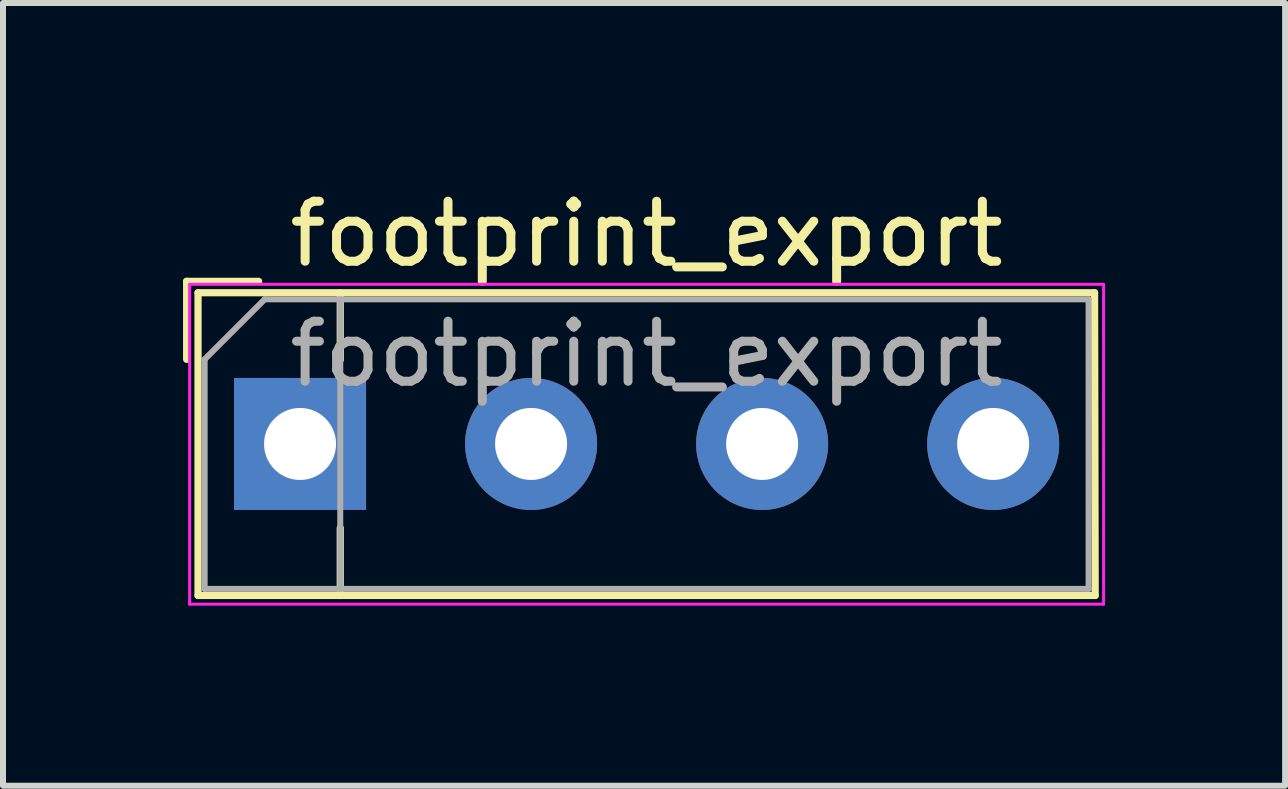
<source format=kicad_pcb>
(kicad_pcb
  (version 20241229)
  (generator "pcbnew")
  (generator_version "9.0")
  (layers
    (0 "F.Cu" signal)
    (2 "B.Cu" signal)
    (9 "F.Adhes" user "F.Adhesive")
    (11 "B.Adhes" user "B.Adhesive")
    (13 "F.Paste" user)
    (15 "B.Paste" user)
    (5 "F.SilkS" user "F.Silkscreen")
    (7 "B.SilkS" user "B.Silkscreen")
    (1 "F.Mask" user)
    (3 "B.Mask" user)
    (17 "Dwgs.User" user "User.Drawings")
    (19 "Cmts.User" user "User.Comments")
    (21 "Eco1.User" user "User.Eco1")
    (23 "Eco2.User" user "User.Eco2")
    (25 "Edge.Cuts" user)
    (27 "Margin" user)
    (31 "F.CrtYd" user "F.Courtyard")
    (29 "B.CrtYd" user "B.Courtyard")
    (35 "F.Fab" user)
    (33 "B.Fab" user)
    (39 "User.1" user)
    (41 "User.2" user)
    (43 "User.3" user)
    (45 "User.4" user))
  (footprint "footprint_export"
    (layer "F.Cu")
    (at 1.95 4.348)
    (property "Reference" "footprint_export" (at 5.775 -3.5 0) (layer "F.SilkS") (effects (font (size 1 1) (thickness 0.15))))
    (attr through_hole)
    (fp_line (start -1.89 -2.71) (end -0.69 -2.71) (stroke (width 0.12) (type solid)) (layer "F.SilkS"))
    (fp_line (start -1.89 -1.41) (end -1.89 -2.71) (stroke (width 0.12) (type solid)) (layer "F.SilkS"))
    (fp_line (start -1.7 -2.52) (end -1.7 2.525) (stroke (width 0.12) (type solid)) (layer "F.SilkS"))
    (fp_line (start -1.7 2.525) (end 13.25 2.525) (stroke (width 0.12) (type solid)) (layer "F.SilkS"))
    (fp_line (start 0.67 -1.4) (end 0.67 -2.52) (stroke (width 0.12) (type solid)) (layer "F.SilkS"))
    (fp_line (start 0.67 1.4) (end 0.67 2.525) (stroke (width 0.12) (type solid)) (layer "F.SilkS"))
    (fp_line (start 13.24 -2.52) (end -1.7 -2.52) (stroke (width 0.12) (type solid)) (layer "F.SilkS"))
    (fp_line (start 13.25 2.525) (end 13.24 -2.52) (stroke (width 0.12) (type solid)) (layer "F.SilkS"))
    (fp_line (start -1.84 -2.66) (end -1.84 2.67) (stroke (width 0.05) (type solid)) (layer "F.CrtYd"))
    (fp_line (start -1.84 -2.66) (end 13.39 -2.66) (stroke (width 0.05) (type solid)) (layer "F.CrtYd"))
    (fp_line (start 13.39 2.67) (end -1.84 2.67) (stroke (width 0.05) (type solid)) (layer "F.CrtYd"))
    (fp_line (start 13.39 2.67) (end 13.39 -2.66) (stroke (width 0.05) (type solid)) (layer "F.CrtYd"))
    (fp_line (start -1.59 -1.41) (end -1.59 2.415) (stroke (width 0.1) (type solid)) (layer "F.Fab"))
    (fp_line (start -1.59 2.415) (end 13.14 2.415) (stroke (width 0.1) (type solid)) (layer "F.Fab"))
    (fp_line (start -0.59 -2.41) (end -1.59 -1.41) (stroke (width 0.1) (type solid)) (layer "F.Fab"))
    (fp_line (start 0.67 -2.41) (end 0.67 2.415) (stroke (width 0.1) (type solid)) (layer "F.Fab"))
    (fp_line (start 13.14 -2.41) (end -0.59 -2.41) (stroke (width 0.1) (type solid)) (layer "F.Fab"))
    (fp_line (start 13.14 2.415) (end 13.14 -2.41) (stroke (width 0.1) (type solid)) (layer "F.Fab"))
    (fp_text user "${REFERENCE}" (at 5.775 -1.5 0) (layer "F.Fab") (effects (font (size 1 1) (thickness 0.15))))
    (pad "1" thru_hole rect (at 0 0) (size 2.2 2.2) (drill 1.2) (layers "*.Cu" "*.Mask"))
    (pad "2" thru_hole circle (at 3.85 0) (size 2.2 2.2) (drill 1.2) (layers "*.Cu" "*.Mask"))
    (pad "3" thru_hole circle (at 7.7 0) (size 2.2 2.2) (drill 1.2) (layers "*.Cu" "*.Mask"))
    (pad "4" thru_hole circle (at 11.55 0) (size 2.2 2.2) (drill 1.2) (layers "*.Cu" "*.Mask")))
  (gr_rect
    (start -3 -3)
    (end 18.365 10.043)
    (stroke (width 0.1) (type default))
    (fill no)
    (layer "Edge.Cuts")))
</source>
